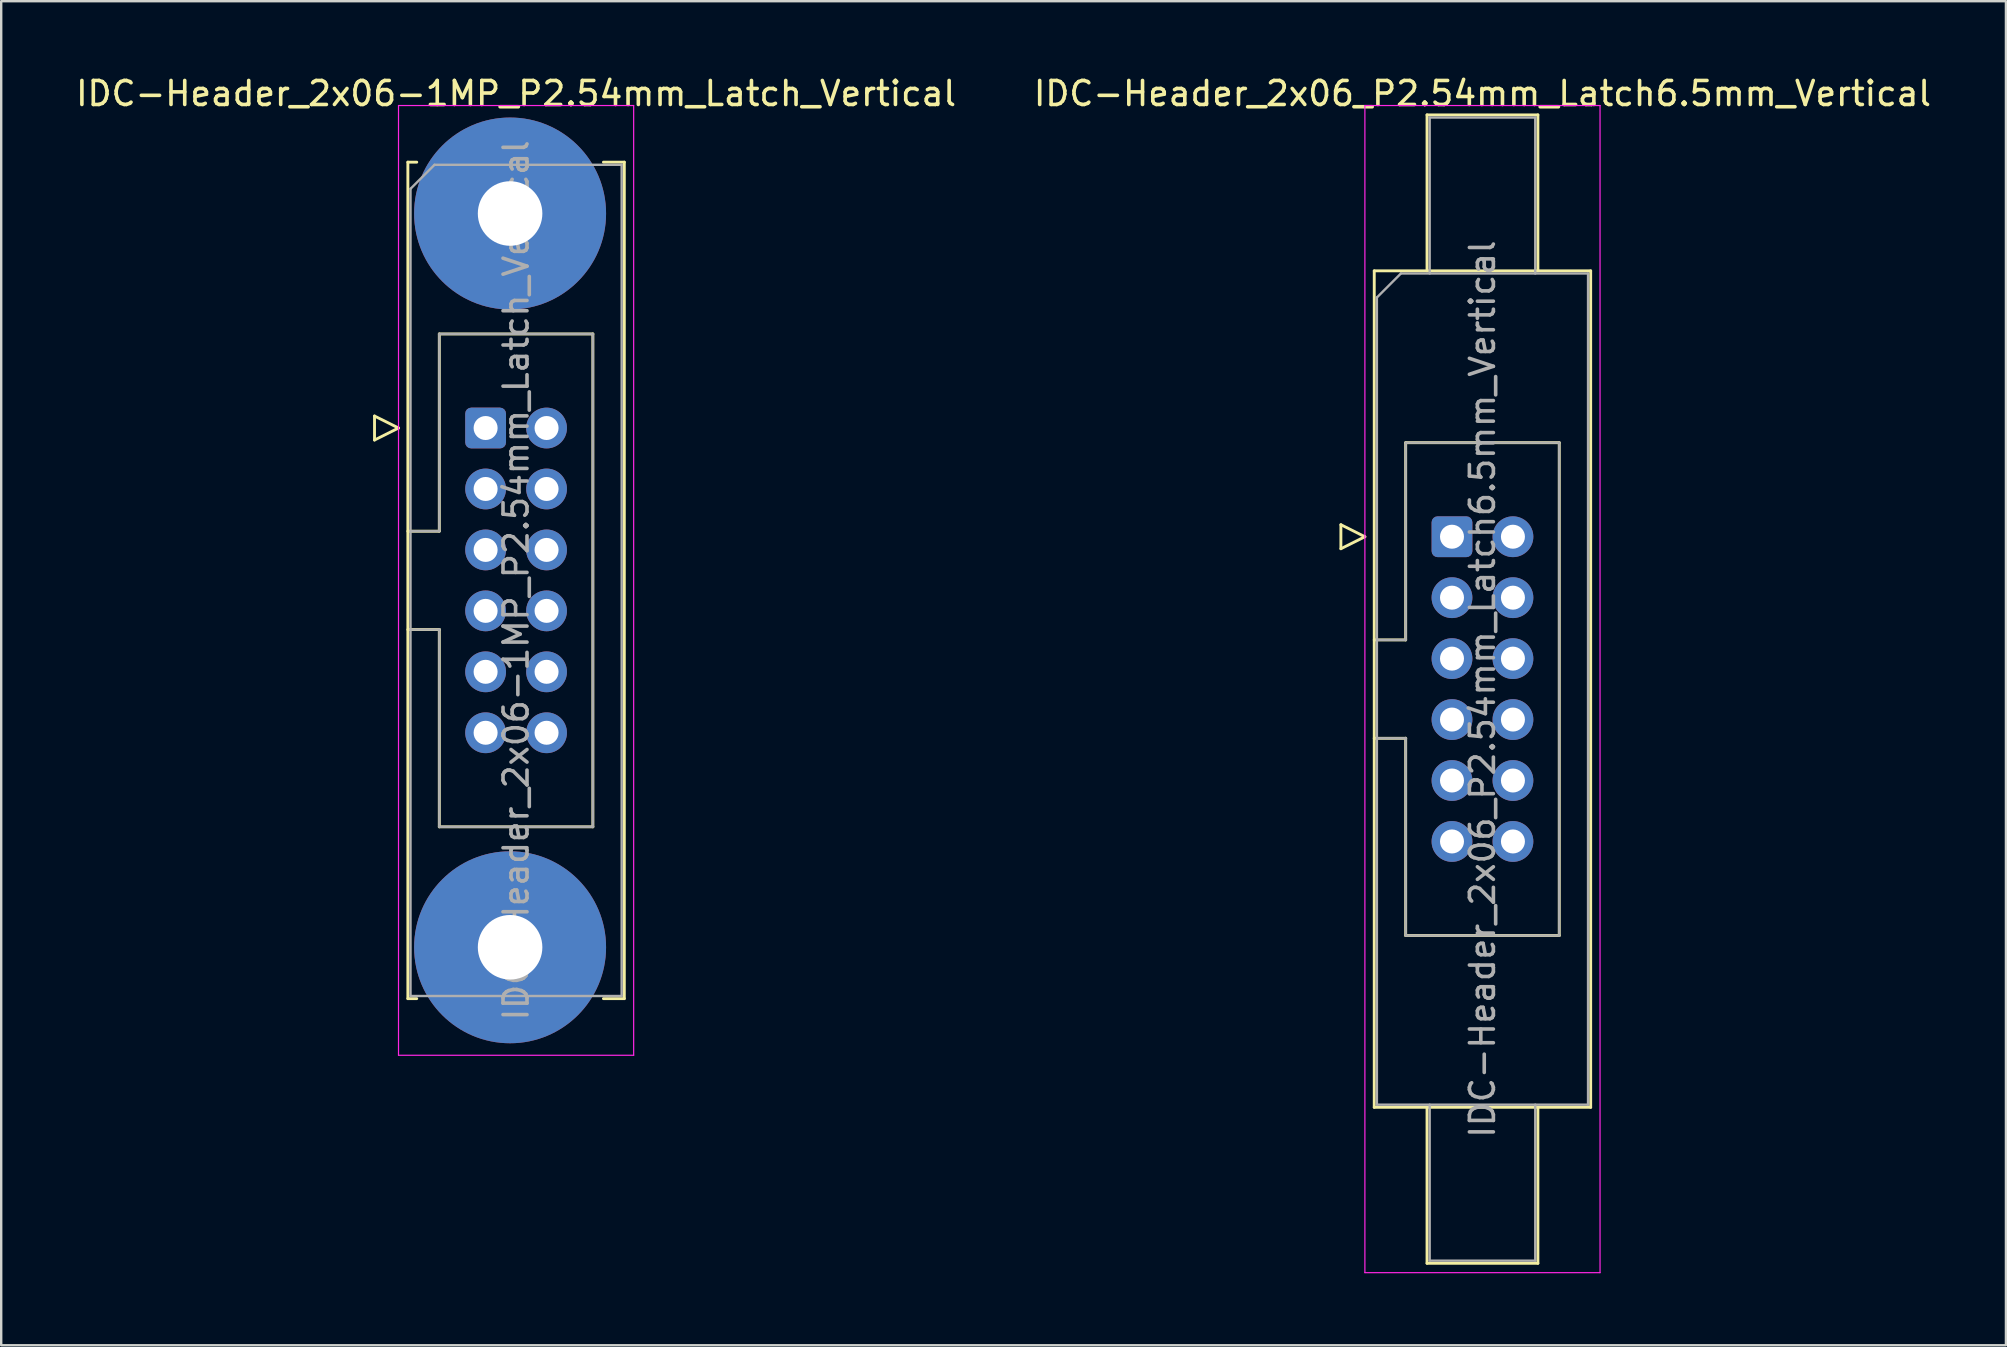
<source format=kicad_pcb>
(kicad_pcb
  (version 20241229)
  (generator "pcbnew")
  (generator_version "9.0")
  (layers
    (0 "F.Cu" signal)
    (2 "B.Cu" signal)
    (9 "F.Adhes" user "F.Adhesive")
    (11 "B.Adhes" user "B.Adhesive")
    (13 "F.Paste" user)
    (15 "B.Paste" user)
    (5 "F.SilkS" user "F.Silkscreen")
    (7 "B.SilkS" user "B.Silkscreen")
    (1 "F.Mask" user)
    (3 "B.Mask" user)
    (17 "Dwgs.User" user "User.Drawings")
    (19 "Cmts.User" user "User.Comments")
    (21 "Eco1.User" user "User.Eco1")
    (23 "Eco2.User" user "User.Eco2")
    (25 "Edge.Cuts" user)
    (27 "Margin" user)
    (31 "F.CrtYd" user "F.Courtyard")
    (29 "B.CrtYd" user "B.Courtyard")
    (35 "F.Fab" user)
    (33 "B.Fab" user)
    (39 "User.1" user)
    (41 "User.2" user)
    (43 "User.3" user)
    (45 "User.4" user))
  (footprint "IDC-Header_2x06_P2.54mm_Latch6.5mm_Vertical"
    (layer "F.Cu")
    (at 57.462 19.318)
    (property "Reference" "IDC-Header_2x06_P2.54mm_Latch6.5mm_Vertical" (at 1.27 -18.47 0) (layer "F.SilkS") (effects (font (size 1 1) (thickness 0.15))))
    (attr through_hole)
    (fp_line (start -4.63 -0.5) (end -4.63 0.5) (stroke (width 0.12) (type solid)) (layer "F.SilkS"))
    (fp_line (start -4.63 0.5) (end -3.63 0) (stroke (width 0.12) (type solid)) (layer "F.SilkS"))
    (fp_line (start -3.63 0) (end -4.63 -0.5) (stroke (width 0.12) (type solid)) (layer "F.SilkS"))
    (fp_line (start -3.24 -11.08) (end 5.78 -11.08) (stroke (width 0.12) (type solid)) (layer "F.SilkS"))
    (fp_line (start -3.24 4.3) (end -1.93 4.3) (stroke (width 0.12) (type solid)) (layer "F.SilkS"))
    (fp_line (start -3.24 23.78) (end -3.24 -11.08) (stroke (width 0.12) (type solid)) (layer "F.SilkS"))
    (fp_line (start -1.93 -3.92) (end 4.47 -3.92) (stroke (width 0.12) (type solid)) (layer "F.SilkS"))
    (fp_line (start -1.93 4.3) (end -1.93 -3.92) (stroke (width 0.12) (type solid)) (layer "F.SilkS"))
    (fp_line (start -1.93 8.4) (end -3.24 8.4) (stroke (width 0.12) (type solid)) (layer "F.SilkS"))
    (fp_line (start -1.93 8.4) (end -1.93 8.4) (stroke (width 0.12) (type solid)) (layer "F.SilkS"))
    (fp_line (start -1.93 16.62) (end -1.93 8.4) (stroke (width 0.12) (type solid)) (layer "F.SilkS"))
    (fp_line (start -1.04 -17.58) (end 3.58 -17.58) (stroke (width 0.12) (type solid)) (layer "F.SilkS"))
    (fp_line (start -1.04 -11.08) (end -1.04 -17.58) (stroke (width 0.12) (type solid)) (layer "F.SilkS"))
    (fp_line (start -1.04 23.78) (end -1.04 30.28) (stroke (width 0.12) (type solid)) (layer "F.SilkS"))
    (fp_line (start -1.04 30.28) (end 3.58 30.28) (stroke (width 0.12) (type solid)) (layer "F.SilkS"))
    (fp_line (start 3.58 -17.58) (end 3.58 -11.08) (stroke (width 0.12) (type solid)) (layer "F.SilkS"))
    (fp_line (start 3.58 30.28) (end 3.58 23.78) (stroke (width 0.12) (type solid)) (layer "F.SilkS"))
    (fp_line (start 4.47 -3.92) (end 4.47 16.62) (stroke (width 0.12) (type solid)) (layer "F.SilkS"))
    (fp_line (start 4.47 16.62) (end -1.93 16.62) (stroke (width 0.12) (type solid)) (layer "F.SilkS"))
    (fp_line (start 5.78 -11.08) (end 5.78 23.78) (stroke (width 0.12) (type solid)) (layer "F.SilkS"))
    (fp_line (start 5.78 23.78) (end -3.24 23.78) (stroke (width 0.12) (type solid)) (layer "F.SilkS"))
    (fp_line (start -3.63 -17.97) (end -3.63 30.67) (stroke (width 0.05) (type solid)) (layer "F.CrtYd"))
    (fp_line (start -3.63 30.67) (end 6.17 30.67) (stroke (width 0.05) (type solid)) (layer "F.CrtYd"))
    (fp_line (start 6.17 -17.97) (end -3.63 -17.97) (stroke (width 0.05) (type solid)) (layer "F.CrtYd"))
    (fp_line (start 6.17 30.67) (end 6.17 -17.97) (stroke (width 0.05) (type solid)) (layer "F.CrtYd"))
    (fp_line (start -3.13 -9.97) (end -2.13 -10.97) (stroke (width 0.1) (type solid)) (layer "F.Fab"))
    (fp_line (start -3.13 4.3) (end -1.93 4.3) (stroke (width 0.1) (type solid)) (layer "F.Fab"))
    (fp_line (start -3.13 23.67) (end -3.13 -9.97) (stroke (width 0.1) (type solid)) (layer "F.Fab"))
    (fp_line (start -2.13 -10.97) (end 5.67 -10.97) (stroke (width 0.1) (type solid)) (layer "F.Fab"))
    (fp_line (start -1.93 -3.92) (end 4.47 -3.92) (stroke (width 0.1) (type solid)) (layer "F.Fab"))
    (fp_line (start -1.93 4.3) (end -1.93 -3.92) (stroke (width 0.1) (type solid)) (layer "F.Fab"))
    (fp_line (start -1.93 8.4) (end -3.13 8.4) (stroke (width 0.1) (type solid)) (layer "F.Fab"))
    (fp_line (start -1.93 8.4) (end -1.93 8.4) (stroke (width 0.1) (type solid)) (layer "F.Fab"))
    (fp_line (start -1.93 16.62) (end -1.93 8.4) (stroke (width 0.1) (type solid)) (layer "F.Fab"))
    (fp_line (start -0.93 -17.47) (end 3.47 -17.47) (stroke (width 0.1) (type solid)) (layer "F.Fab"))
    (fp_line (start -0.93 -10.97) (end -0.93 -17.47) (stroke (width 0.1) (type solid)) (layer "F.Fab"))
    (fp_line (start -0.93 23.67) (end -0.93 30.17) (stroke (width 0.1) (type solid)) (layer "F.Fab"))
    (fp_line (start -0.93 30.17) (end 3.47 30.17) (stroke (width 0.1) (type solid)) (layer "F.Fab"))
    (fp_line (start 3.47 -17.47) (end 3.47 -10.97) (stroke (width 0.1) (type solid)) (layer "F.Fab"))
    (fp_line (start 3.47 30.17) (end 3.47 23.67) (stroke (width 0.1) (type solid)) (layer "F.Fab"))
    (fp_line (start 4.47 -3.92) (end 4.47 16.62) (stroke (width 0.1) (type solid)) (layer "F.Fab"))
    (fp_line (start 4.47 16.62) (end -1.93 16.62) (stroke (width 0.1) (type solid)) (layer "F.Fab"))
    (fp_line (start 5.67 -10.97) (end 5.67 23.67) (stroke (width 0.1) (type solid)) (layer "F.Fab"))
    (fp_line (start 5.67 23.67) (end -3.13 23.67) (stroke (width 0.1) (type solid)) (layer "F.Fab"))
    (fp_text user "${REFERENCE}" (at 1.27 6.35 90) (layer "F.Fab") (effects (font (size 1 1) (thickness 0.15))))
    (pad "1" thru_hole roundrect (at 0 0) (size 1.7 1.7) (drill 1) (layers "*.Cu" "*.Mask") (roundrect_rratio 0.147))
    (pad "2" thru_hole circle (at 2.54 0) (size 1.7 1.7) (drill 1) (layers "*.Cu" "*.Mask"))
    (pad "3" thru_hole circle (at 0 2.54) (size 1.7 1.7) (drill 1) (layers "*.Cu" "*.Mask"))
    (pad "4" thru_hole circle (at 2.54 2.54) (size 1.7 1.7) (drill 1) (layers "*.Cu" "*.Mask"))
    (pad "5" thru_hole circle (at 0 5.08) (size 1.7 1.7) (drill 1) (layers "*.Cu" "*.Mask"))
    (pad "6" thru_hole circle (at 2.54 5.08) (size 1.7 1.7) (drill 1) (layers "*.Cu" "*.Mask"))
    (pad "7" thru_hole circle (at 0 7.62) (size 1.7 1.7) (drill 1) (layers "*.Cu" "*.Mask"))
    (pad "8" thru_hole circle (at 2.54 7.62) (size 1.7 1.7) (drill 1) (layers "*.Cu" "*.Mask"))
    (pad "9" thru_hole circle (at 0 10.16) (size 1.7 1.7) (drill 1) (layers "*.Cu" "*.Mask"))
    (pad "10" thru_hole circle (at 2.54 10.16) (size 1.7 1.7) (drill 1) (layers "*.Cu" "*.Mask"))
    (pad "11" thru_hole circle (at 0 12.7) (size 1.7 1.7) (drill 1) (layers "*.Cu" "*.Mask"))
    (pad "12" thru_hole circle (at 2.54 12.7) (size 1.7 1.7) (drill 1) (layers "*.Cu" "*.Mask")))
  (footprint "IDC-Header_2x06-1MP_P2.54mm_Latch_Vertical"
    (layer "F.Cu")
    (at 17.188 14.788)
    (property "Reference" "IDC-Header_2x06-1MP_P2.54mm_Latch_Vertical" (at 1.27 -13.94 0) (layer "F.SilkS") (effects (font (size 1 1) (thickness 0.15))))
    (attr through_hole)
    (fp_line (start -4.63 -0.5) (end -4.63 0.5) (stroke (width 0.12) (type solid)) (layer "F.SilkS"))
    (fp_line (start -4.63 0.5) (end -3.63 0) (stroke (width 0.12) (type solid)) (layer "F.SilkS"))
    (fp_line (start -3.63 0) (end -4.63 -0.5) (stroke (width 0.12) (type solid)) (layer "F.SilkS"))
    (fp_line (start -3.24 -11.08) (end -3.24 23.78) (stroke (width 0.12) (type solid)) (layer "F.SilkS"))
    (fp_line (start -3.24 4.3) (end -1.93 4.3) (stroke (width 0.12) (type solid)) (layer "F.SilkS"))
    (fp_line (start -3.24 23.78) (end -2.87 23.78) (stroke (width 0.12) (type solid)) (layer "F.SilkS"))
    (fp_line (start -2.87 -11.08) (end -3.24 -11.08) (stroke (width 0.12) (type solid)) (layer "F.SilkS"))
    (fp_line (start -1.93 -3.92) (end 4.47 -3.92) (stroke (width 0.12) (type solid)) (layer "F.SilkS"))
    (fp_line (start -1.93 4.3) (end -1.93 -3.92) (stroke (width 0.12) (type solid)) (layer "F.SilkS"))
    (fp_line (start -1.93 8.4) (end -3.24 8.4) (stroke (width 0.12) (type solid)) (layer "F.SilkS"))
    (fp_line (start -1.93 8.4) (end -1.93 8.4) (stroke (width 0.12) (type solid)) (layer "F.SilkS"))
    (fp_line (start -1.93 16.62) (end -1.93 8.4) (stroke (width 0.12) (type solid)) (layer "F.SilkS"))
    (fp_line (start 4.47 -3.92) (end 4.47 16.62) (stroke (width 0.12) (type solid)) (layer "F.SilkS"))
    (fp_line (start 4.47 16.62) (end -1.93 16.62) (stroke (width 0.12) (type solid)) (layer "F.SilkS"))
    (fp_line (start 4.91 -11.08) (end 5.78 -11.08) (stroke (width 0.12) (type solid)) (layer "F.SilkS"))
    (fp_line (start 5.78 -11.08) (end 5.78 23.78) (stroke (width 0.12) (type solid)) (layer "F.SilkS"))
    (fp_line (start 5.78 23.78) (end 4.91 23.78) (stroke (width 0.12) (type solid)) (layer "F.SilkS"))
    (fp_line (start -3.63 -13.44) (end -3.63 26.14) (stroke (width 0.05) (type solid)) (layer "F.CrtYd"))
    (fp_line (start -3.63 26.14) (end 6.17 26.14) (stroke (width 0.05) (type solid)) (layer "F.CrtYd"))
    (fp_line (start 6.17 -13.44) (end -3.63 -13.44) (stroke (width 0.05) (type solid)) (layer "F.CrtYd"))
    (fp_line (start 6.17 26.14) (end 6.17 -13.44) (stroke (width 0.05) (type solid)) (layer "F.CrtYd"))
    (fp_line (start -3.13 -9.97) (end -2.13 -10.97) (stroke (width 0.1) (type solid)) (layer "F.Fab"))
    (fp_line (start -3.13 4.3) (end -1.93 4.3) (stroke (width 0.1) (type solid)) (layer "F.Fab"))
    (fp_line (start -3.13 23.67) (end -3.13 -9.97) (stroke (width 0.1) (type solid)) (layer "F.Fab"))
    (fp_line (start -2.13 -10.97) (end 5.67 -10.97) (stroke (width 0.1) (type solid)) (layer "F.Fab"))
    (fp_line (start -1.93 -3.92) (end 4.47 -3.92) (stroke (width 0.1) (type solid)) (layer "F.Fab"))
    (fp_line (start -1.93 4.3) (end -1.93 -3.92) (stroke (width 0.1) (type solid)) (layer "F.Fab"))
    (fp_line (start -1.93 8.4) (end -3.13 8.4) (stroke (width 0.1) (type solid)) (layer "F.Fab"))
    (fp_line (start -1.93 8.4) (end -1.93 8.4) (stroke (width 0.1) (type solid)) (layer "F.Fab"))
    (fp_line (start -1.93 16.62) (end -1.93 8.4) (stroke (width 0.1) (type solid)) (layer "F.Fab"))
    (fp_line (start 4.47 -3.92) (end 4.47 16.62) (stroke (width 0.1) (type solid)) (layer "F.Fab"))
    (fp_line (start 4.47 16.62) (end -1.93 16.62) (stroke (width 0.1) (type solid)) (layer "F.Fab"))
    (fp_line (start 5.67 -10.97) (end 5.67 23.67) (stroke (width 0.1) (type solid)) (layer "F.Fab"))
    (fp_line (start 5.67 23.67) (end -3.13 23.67) (stroke (width 0.1) (type solid)) (layer "F.Fab"))
    (fp_text user "${REFERENCE}" (at 1.27 6.35 90) (layer "F.Fab") (effects (font (size 1 1) (thickness 0.15))))
    (pad "1" thru_hole roundrect (at 0 0) (size 1.7 1.7) (drill 1) (layers "*.Cu" "*.Mask") (roundrect_rratio 0.147))
    (pad "2" thru_hole circle (at 2.54 0) (size 1.7 1.7) (drill 1) (layers "*.Cu" "*.Mask"))
    (pad "3" thru_hole circle (at 0 2.54) (size 1.7 1.7) (drill 1) (layers "*.Cu" "*.Mask"))
    (pad "4" thru_hole circle (at 2.54 2.54) (size 1.7 1.7) (drill 1) (layers "*.Cu" "*.Mask"))
    (pad "5" thru_hole circle (at 0 5.08) (size 1.7 1.7) (drill 1) (layers "*.Cu" "*.Mask"))
    (pad "6" thru_hole circle (at 2.54 5.08) (size 1.7 1.7) (drill 1) (layers "*.Cu" "*.Mask"))
    (pad "7" thru_hole circle (at 0 7.62) (size 1.7 1.7) (drill 1) (layers "*.Cu" "*.Mask"))
    (pad "8" thru_hole circle (at 2.54 7.62) (size 1.7 1.7) (drill 1) (layers "*.Cu" "*.Mask"))
    (pad "9" thru_hole circle (at 0 10.16) (size 1.7 1.7) (drill 1) (layers "*.Cu" "*.Mask"))
    (pad "10" thru_hole circle (at 2.54 10.16) (size 1.7 1.7) (drill 1) (layers "*.Cu" "*.Mask"))
    (pad "11" thru_hole circle (at 0 12.7) (size 1.7 1.7) (drill 1) (layers "*.Cu" "*.Mask"))
    (pad "12" thru_hole circle (at 2.54 12.7) (size 1.7 1.7) (drill 1) (layers "*.Cu" "*.Mask"))
    (pad "MP" thru_hole circle (at 1.02 -8.94) (size 8 8) (drill 2.69) (layers "*.Cu" "*.Mask"))
    (pad "MP" thru_hole circle (at 1.02 21.64) (size 8 8) (drill 2.69) (layers "*.Cu" "*.Mask")))
  (gr_rect
    (start -3 -3)
    (end 80.548 53.013)
    (stroke (width 0.1) (type default))
    (fill no)
    (layer "Edge.Cuts")))
</source>
